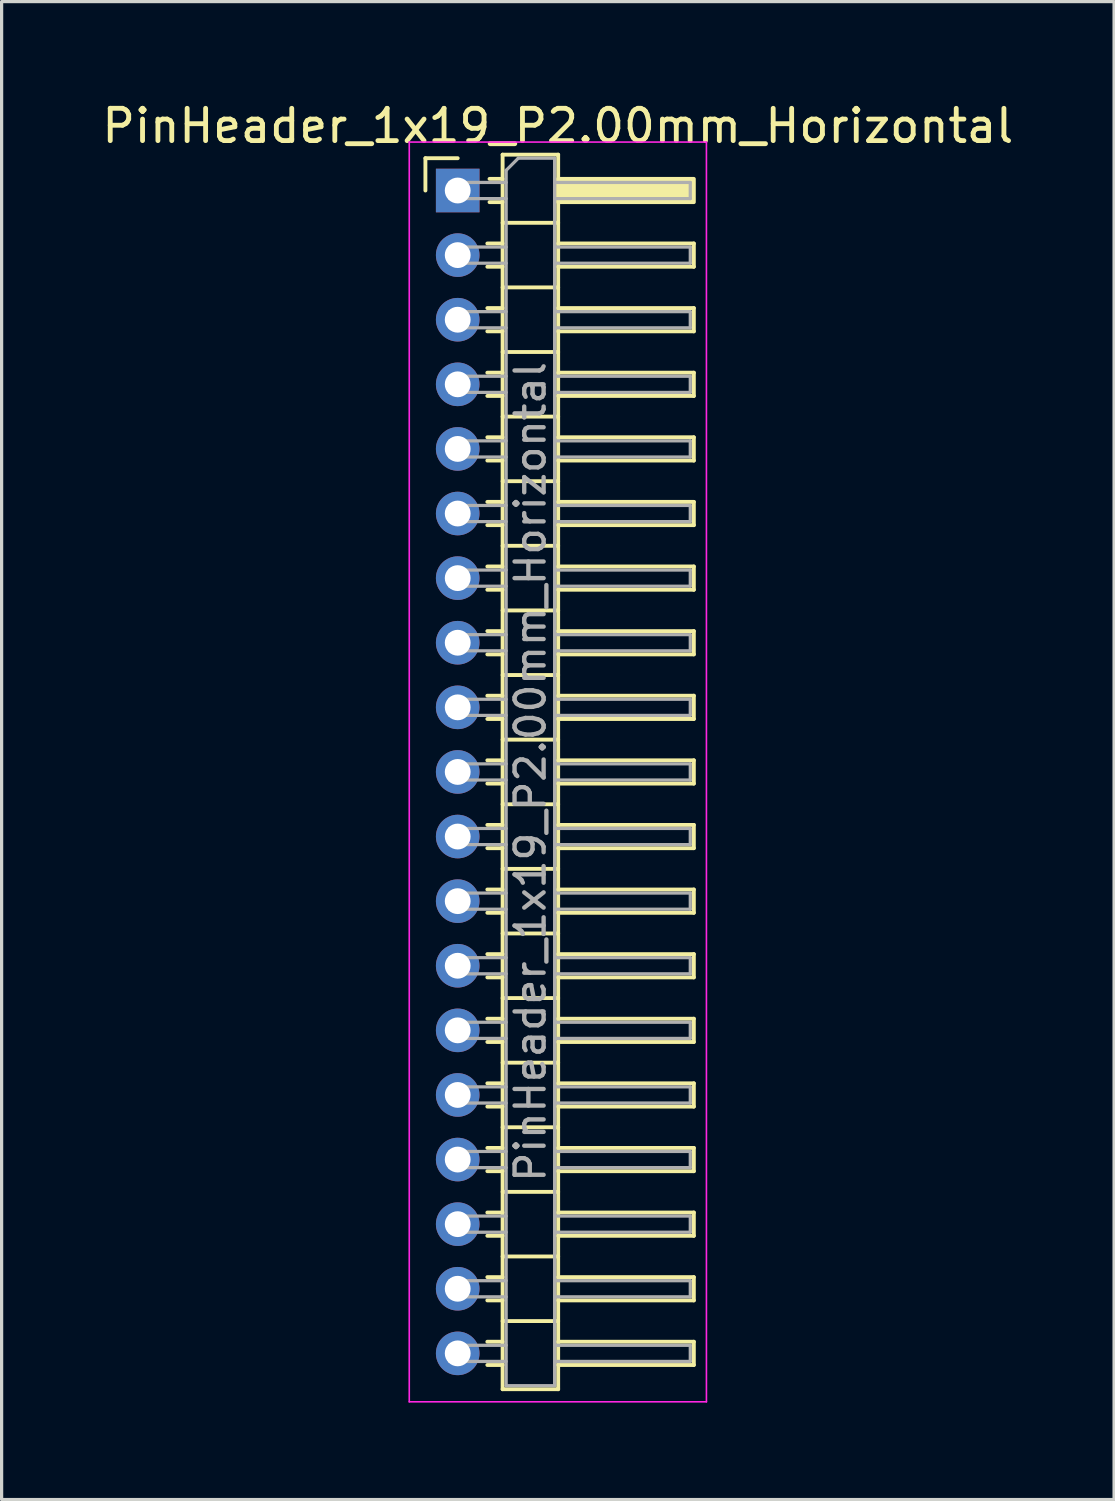
<source format=kicad_pcb>
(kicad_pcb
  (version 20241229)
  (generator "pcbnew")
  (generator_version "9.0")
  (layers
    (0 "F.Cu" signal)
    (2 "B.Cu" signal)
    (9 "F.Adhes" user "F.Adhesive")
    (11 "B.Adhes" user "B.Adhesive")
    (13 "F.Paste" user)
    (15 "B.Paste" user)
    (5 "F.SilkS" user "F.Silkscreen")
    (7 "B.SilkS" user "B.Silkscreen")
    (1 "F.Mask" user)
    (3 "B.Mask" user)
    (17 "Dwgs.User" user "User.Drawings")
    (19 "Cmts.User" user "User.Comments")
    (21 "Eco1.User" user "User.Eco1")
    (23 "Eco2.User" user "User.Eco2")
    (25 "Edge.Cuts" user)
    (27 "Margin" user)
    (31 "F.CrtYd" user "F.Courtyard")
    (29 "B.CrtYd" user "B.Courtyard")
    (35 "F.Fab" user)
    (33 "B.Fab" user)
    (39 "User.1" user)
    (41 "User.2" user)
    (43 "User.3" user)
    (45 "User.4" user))
  (footprint "PinHeader_1x19_P2.00mm_Horizontal"
    (layer "F.Cu")
    (at 11.12 2.848)
    (property "Reference" "PinHeader_1x19_P2.00mm_Horizontal" (at 3.1 -2 0) (layer "F.SilkS") (effects (font (size 1 1) (thickness 0.15))))
    (attr through_hole)
    (fp_line (start -1 -1) (end 0 -1) (stroke (width 0.12) (type solid)) (layer "F.SilkS"))
    (fp_line (start -1 0) (end -1 -1) (stroke (width 0.12) (type solid)) (layer "F.SilkS"))
    (fp_line (start 0.917 1.64) (end 1.39 1.64) (stroke (width 0.12) (type solid)) (layer "F.SilkS"))
    (fp_line (start 0.917 2.36) (end 1.39 2.36) (stroke (width 0.12) (type solid)) (layer "F.SilkS"))
    (fp_line (start 0.917 3.64) (end 1.39 3.64) (stroke (width 0.12) (type solid)) (layer "F.SilkS"))
    (fp_line (start 0.917 4.36) (end 1.39 4.36) (stroke (width 0.12) (type solid)) (layer "F.SilkS"))
    (fp_line (start 0.917 5.64) (end 1.39 5.64) (stroke (width 0.12) (type solid)) (layer "F.SilkS"))
    (fp_line (start 0.917 6.36) (end 1.39 6.36) (stroke (width 0.12) (type solid)) (layer "F.SilkS"))
    (fp_line (start 0.917 7.64) (end 1.39 7.64) (stroke (width 0.12) (type solid)) (layer "F.SilkS"))
    (fp_line (start 0.917 8.36) (end 1.39 8.36) (stroke (width 0.12) (type solid)) (layer "F.SilkS"))
    (fp_line (start 0.917 9.64) (end 1.39 9.64) (stroke (width 0.12) (type solid)) (layer "F.SilkS"))
    (fp_line (start 0.917 10.36) (end 1.39 10.36) (stroke (width 0.12) (type solid)) (layer "F.SilkS"))
    (fp_line (start 0.917 11.64) (end 1.39 11.64) (stroke (width 0.12) (type solid)) (layer "F.SilkS"))
    (fp_line (start 0.917 12.36) (end 1.39 12.36) (stroke (width 0.12) (type solid)) (layer "F.SilkS"))
    (fp_line (start 0.917 13.64) (end 1.39 13.64) (stroke (width 0.12) (type solid)) (layer "F.SilkS"))
    (fp_line (start 0.917 14.36) (end 1.39 14.36) (stroke (width 0.12) (type solid)) (layer "F.SilkS"))
    (fp_line (start 0.917 15.64) (end 1.39 15.64) (stroke (width 0.12) (type solid)) (layer "F.SilkS"))
    (fp_line (start 0.917 16.36) (end 1.39 16.36) (stroke (width 0.12) (type solid)) (layer "F.SilkS"))
    (fp_line (start 0.917 17.64) (end 1.39 17.64) (stroke (width 0.12) (type solid)) (layer "F.SilkS"))
    (fp_line (start 0.917 18.36) (end 1.39 18.36) (stroke (width 0.12) (type solid)) (layer "F.SilkS"))
    (fp_line (start 0.917 19.64) (end 1.39 19.64) (stroke (width 0.12) (type solid)) (layer "F.SilkS"))
    (fp_line (start 0.917 20.36) (end 1.39 20.36) (stroke (width 0.12) (type solid)) (layer "F.SilkS"))
    (fp_line (start 0.917 21.64) (end 1.39 21.64) (stroke (width 0.12) (type solid)) (layer "F.SilkS"))
    (fp_line (start 0.917 22.36) (end 1.39 22.36) (stroke (width 0.12) (type solid)) (layer "F.SilkS"))
    (fp_line (start 0.917 23.64) (end 1.39 23.64) (stroke (width 0.12) (type solid)) (layer "F.SilkS"))
    (fp_line (start 0.917 24.36) (end 1.39 24.36) (stroke (width 0.12) (type solid)) (layer "F.SilkS"))
    (fp_line (start 0.917 25.64) (end 1.39 25.64) (stroke (width 0.12) (type solid)) (layer "F.SilkS"))
    (fp_line (start 0.917 26.36) (end 1.39 26.36) (stroke (width 0.12) (type solid)) (layer "F.SilkS"))
    (fp_line (start 0.917 27.64) (end 1.39 27.64) (stroke (width 0.12) (type solid)) (layer "F.SilkS"))
    (fp_line (start 0.917 28.36) (end 1.39 28.36) (stroke (width 0.12) (type solid)) (layer "F.SilkS"))
    (fp_line (start 0.917 29.64) (end 1.39 29.64) (stroke (width 0.12) (type solid)) (layer "F.SilkS"))
    (fp_line (start 0.917 30.36) (end 1.39 30.36) (stroke (width 0.12) (type solid)) (layer "F.SilkS"))
    (fp_line (start 0.917 31.64) (end 1.39 31.64) (stroke (width 0.12) (type solid)) (layer "F.SilkS"))
    (fp_line (start 0.917 32.36) (end 1.39 32.36) (stroke (width 0.12) (type solid)) (layer "F.SilkS"))
    (fp_line (start 0.917 33.64) (end 1.39 33.64) (stroke (width 0.12) (type solid)) (layer "F.SilkS"))
    (fp_line (start 0.917 34.36) (end 1.39 34.36) (stroke (width 0.12) (type solid)) (layer "F.SilkS"))
    (fp_line (start 0.917 35.64) (end 1.39 35.64) (stroke (width 0.12) (type solid)) (layer "F.SilkS"))
    (fp_line (start 0.917 36.36) (end 1.39 36.36) (stroke (width 0.12) (type solid)) (layer "F.SilkS"))
    (fp_line (start 0.985 -0.36) (end 1.39 -0.36) (stroke (width 0.12) (type solid)) (layer "F.SilkS"))
    (fp_line (start 0.985 0.36) (end 1.39 0.36) (stroke (width 0.12) (type solid)) (layer "F.SilkS"))
    (fp_line (start 1.39 -1.11) (end 1.39 37.11) (stroke (width 0.12) (type solid)) (layer "F.SilkS"))
    (fp_line (start 1.39 1) (end 3.11 1) (stroke (width 0.12) (type solid)) (layer "F.SilkS"))
    (fp_line (start 1.39 3) (end 3.11 3) (stroke (width 0.12) (type solid)) (layer "F.SilkS"))
    (fp_line (start 1.39 5) (end 3.11 5) (stroke (width 0.12) (type solid)) (layer "F.SilkS"))
    (fp_line (start 1.39 7) (end 3.11 7) (stroke (width 0.12) (type solid)) (layer "F.SilkS"))
    (fp_line (start 1.39 9) (end 3.11 9) (stroke (width 0.12) (type solid)) (layer "F.SilkS"))
    (fp_line (start 1.39 11) (end 3.11 11) (stroke (width 0.12) (type solid)) (layer "F.SilkS"))
    (fp_line (start 1.39 13) (end 3.11 13) (stroke (width 0.12) (type solid)) (layer "F.SilkS"))
    (fp_line (start 1.39 15) (end 3.11 15) (stroke (width 0.12) (type solid)) (layer "F.SilkS"))
    (fp_line (start 1.39 17) (end 3.11 17) (stroke (width 0.12) (type solid)) (layer "F.SilkS"))
    (fp_line (start 1.39 19) (end 3.11 19) (stroke (width 0.12) (type solid)) (layer "F.SilkS"))
    (fp_line (start 1.39 21) (end 3.11 21) (stroke (width 0.12) (type solid)) (layer "F.SilkS"))
    (fp_line (start 1.39 23) (end 3.11 23) (stroke (width 0.12) (type solid)) (layer "F.SilkS"))
    (fp_line (start 1.39 25) (end 3.11 25) (stroke (width 0.12) (type solid)) (layer "F.SilkS"))
    (fp_line (start 1.39 27) (end 3.11 27) (stroke (width 0.12) (type solid)) (layer "F.SilkS"))
    (fp_line (start 1.39 29) (end 3.11 29) (stroke (width 0.12) (type solid)) (layer "F.SilkS"))
    (fp_line (start 1.39 31) (end 3.11 31) (stroke (width 0.12) (type solid)) (layer "F.SilkS"))
    (fp_line (start 1.39 33) (end 3.11 33) (stroke (width 0.12) (type solid)) (layer "F.SilkS"))
    (fp_line (start 1.39 35) (end 3.11 35) (stroke (width 0.12) (type solid)) (layer "F.SilkS"))
    (fp_line (start 1.39 37.11) (end 3.11 37.11) (stroke (width 0.12) (type solid)) (layer "F.SilkS"))
    (fp_line (start 3.11 -1.11) (end 1.39 -1.11) (stroke (width 0.12) (type solid)) (layer "F.SilkS"))
    (fp_line (start 3.11 1.64) (end 7.31 1.64) (stroke (width 0.12) (type solid)) (layer "F.SilkS"))
    (fp_line (start 3.11 3.64) (end 7.31 3.64) (stroke (width 0.12) (type solid)) (layer "F.SilkS"))
    (fp_line (start 3.11 5.64) (end 7.31 5.64) (stroke (width 0.12) (type solid)) (layer "F.SilkS"))
    (fp_line (start 3.11 7.64) (end 7.31 7.64) (stroke (width 0.12) (type solid)) (layer "F.SilkS"))
    (fp_line (start 3.11 9.64) (end 7.31 9.64) (stroke (width 0.12) (type solid)) (layer "F.SilkS"))
    (fp_line (start 3.11 11.64) (end 7.31 11.64) (stroke (width 0.12) (type solid)) (layer "F.SilkS"))
    (fp_line (start 3.11 13.64) (end 7.31 13.64) (stroke (width 0.12) (type solid)) (layer "F.SilkS"))
    (fp_line (start 3.11 15.64) (end 7.31 15.64) (stroke (width 0.12) (type solid)) (layer "F.SilkS"))
    (fp_line (start 3.11 17.64) (end 7.31 17.64) (stroke (width 0.12) (type solid)) (layer "F.SilkS"))
    (fp_line (start 3.11 19.64) (end 7.31 19.64) (stroke (width 0.12) (type solid)) (layer "F.SilkS"))
    (fp_line (start 3.11 21.64) (end 7.31 21.64) (stroke (width 0.12) (type solid)) (layer "F.SilkS"))
    (fp_line (start 3.11 23.64) (end 7.31 23.64) (stroke (width 0.12) (type solid)) (layer "F.SilkS"))
    (fp_line (start 3.11 25.64) (end 7.31 25.64) (stroke (width 0.12) (type solid)) (layer "F.SilkS"))
    (fp_line (start 3.11 27.64) (end 7.31 27.64) (stroke (width 0.12) (type solid)) (layer "F.SilkS"))
    (fp_line (start 3.11 29.64) (end 7.31 29.64) (stroke (width 0.12) (type solid)) (layer "F.SilkS"))
    (fp_line (start 3.11 31.64) (end 7.31 31.64) (stroke (width 0.12) (type solid)) (layer "F.SilkS"))
    (fp_line (start 3.11 33.64) (end 7.31 33.64) (stroke (width 0.12) (type solid)) (layer "F.SilkS"))
    (fp_line (start 3.11 35.64) (end 7.31 35.64) (stroke (width 0.12) (type solid)) (layer "F.SilkS"))
    (fp_line (start 3.11 37.11) (end 3.11 -1.11) (stroke (width 0.12) (type solid)) (layer "F.SilkS"))
    (fp_line (start 7.31 1.64) (end 7.31 2.36) (stroke (width 0.12) (type solid)) (layer "F.SilkS"))
    (fp_line (start 7.31 2.36) (end 3.11 2.36) (stroke (width 0.12) (type solid)) (layer "F.SilkS"))
    (fp_line (start 7.31 3.64) (end 7.31 4.36) (stroke (width 0.12) (type solid)) (layer "F.SilkS"))
    (fp_line (start 7.31 4.36) (end 3.11 4.36) (stroke (width 0.12) (type solid)) (layer "F.SilkS"))
    (fp_line (start 7.31 5.64) (end 7.31 6.36) (stroke (width 0.12) (type solid)) (layer "F.SilkS"))
    (fp_line (start 7.31 6.36) (end 3.11 6.36) (stroke (width 0.12) (type solid)) (layer "F.SilkS"))
    (fp_line (start 7.31 7.64) (end 7.31 8.36) (stroke (width 0.12) (type solid)) (layer "F.SilkS"))
    (fp_line (start 7.31 8.36) (end 3.11 8.36) (stroke (width 0.12) (type solid)) (layer "F.SilkS"))
    (fp_line (start 7.31 9.64) (end 7.31 10.36) (stroke (width 0.12) (type solid)) (layer "F.SilkS"))
    (fp_line (start 7.31 10.36) (end 3.11 10.36) (stroke (width 0.12) (type solid)) (layer "F.SilkS"))
    (fp_line (start 7.31 11.64) (end 7.31 12.36) (stroke (width 0.12) (type solid)) (layer "F.SilkS"))
    (fp_line (start 7.31 12.36) (end 3.11 12.36) (stroke (width 0.12) (type solid)) (layer "F.SilkS"))
    (fp_line (start 7.31 13.64) (end 7.31 14.36) (stroke (width 0.12) (type solid)) (layer "F.SilkS"))
    (fp_line (start 7.31 14.36) (end 3.11 14.36) (stroke (width 0.12) (type solid)) (layer "F.SilkS"))
    (fp_line (start 7.31 15.64) (end 7.31 16.36) (stroke (width 0.12) (type solid)) (layer "F.SilkS"))
    (fp_line (start 7.31 16.36) (end 3.11 16.36) (stroke (width 0.12) (type solid)) (layer "F.SilkS"))
    (fp_line (start 7.31 17.64) (end 7.31 18.36) (stroke (width 0.12) (type solid)) (layer "F.SilkS"))
    (fp_line (start 7.31 18.36) (end 3.11 18.36) (stroke (width 0.12) (type solid)) (layer "F.SilkS"))
    (fp_line (start 7.31 19.64) (end 7.31 20.36) (stroke (width 0.12) (type solid)) (layer "F.SilkS"))
    (fp_line (start 7.31 20.36) (end 3.11 20.36) (stroke (width 0.12) (type solid)) (layer "F.SilkS"))
    (fp_line (start 7.31 21.64) (end 7.31 22.36) (stroke (width 0.12) (type solid)) (layer "F.SilkS"))
    (fp_line (start 7.31 22.36) (end 3.11 22.36) (stroke (width 0.12) (type solid)) (layer "F.SilkS"))
    (fp_line (start 7.31 23.64) (end 7.31 24.36) (stroke (width 0.12) (type solid)) (layer "F.SilkS"))
    (fp_line (start 7.31 24.36) (end 3.11 24.36) (stroke (width 0.12) (type solid)) (layer "F.SilkS"))
    (fp_line (start 7.31 25.64) (end 7.31 26.36) (stroke (width 0.12) (type solid)) (layer "F.SilkS"))
    (fp_line (start 7.31 26.36) (end 3.11 26.36) (stroke (width 0.12) (type solid)) (layer "F.SilkS"))
    (fp_line (start 7.31 27.64) (end 7.31 28.36) (stroke (width 0.12) (type solid)) (layer "F.SilkS"))
    (fp_line (start 7.31 28.36) (end 3.11 28.36) (stroke (width 0.12) (type solid)) (layer "F.SilkS"))
    (fp_line (start 7.31 29.64) (end 7.31 30.36) (stroke (width 0.12) (type solid)) (layer "F.SilkS"))
    (fp_line (start 7.31 30.36) (end 3.11 30.36) (stroke (width 0.12) (type solid)) (layer "F.SilkS"))
    (fp_line (start 7.31 31.64) (end 7.31 32.36) (stroke (width 0.12) (type solid)) (layer "F.SilkS"))
    (fp_line (start 7.31 32.36) (end 3.11 32.36) (stroke (width 0.12) (type solid)) (layer "F.SilkS"))
    (fp_line (start 7.31 33.64) (end 7.31 34.36) (stroke (width 0.12) (type solid)) (layer "F.SilkS"))
    (fp_line (start 7.31 34.36) (end 3.11 34.36) (stroke (width 0.12) (type solid)) (layer "F.SilkS"))
    (fp_line (start 7.31 35.64) (end 7.31 36.36) (stroke (width 0.12) (type solid)) (layer "F.SilkS"))
    (fp_line (start 7.31 36.36) (end 3.11 36.36) (stroke (width 0.12) (type solid)) (layer "F.SilkS"))
    (fp_rect (start 3.11 -0.36) (end 7.31 0.36) (stroke (width 0.12) (type solid)) (fill yes) (layer "F.SilkS"))
    (fp_line (start -1.5 -1.5) (end -1.5 37.5) (stroke (width 0.05) (type solid)) (layer "F.CrtYd"))
    (fp_line (start -1.5 37.5) (end 7.7 37.5) (stroke (width 0.05) (type solid)) (layer "F.CrtYd"))
    (fp_line (start 7.7 -1.5) (end -1.5 -1.5) (stroke (width 0.05) (type solid)) (layer "F.CrtYd"))
    (fp_line (start 7.7 37.5) (end 7.7 -1.5) (stroke (width 0.05) (type solid)) (layer "F.CrtYd"))
    (fp_line (start -0.25 -0.25) (end -0.25 0.25) (stroke (width 0.1) (type solid)) (layer "F.Fab"))
    (fp_line (start -0.25 -0.25) (end 1.5 -0.25) (stroke (width 0.1) (type solid)) (layer "F.Fab"))
    (fp_line (start -0.25 0.25) (end 1.5 0.25) (stroke (width 0.1) (type solid)) (layer "F.Fab"))
    (fp_line (start -0.25 1.75) (end -0.25 2.25) (stroke (width 0.1) (type solid)) (layer "F.Fab"))
    (fp_line (start -0.25 1.75) (end 1.5 1.75) (stroke (width 0.1) (type solid)) (layer "F.Fab"))
    (fp_line (start -0.25 2.25) (end 1.5 2.25) (stroke (width 0.1) (type solid)) (layer "F.Fab"))
    (fp_line (start -0.25 3.75) (end -0.25 4.25) (stroke (width 0.1) (type solid)) (layer "F.Fab"))
    (fp_line (start -0.25 3.75) (end 1.5 3.75) (stroke (width 0.1) (type solid)) (layer "F.Fab"))
    (fp_line (start -0.25 4.25) (end 1.5 4.25) (stroke (width 0.1) (type solid)) (layer "F.Fab"))
    (fp_line (start -0.25 5.75) (end -0.25 6.25) (stroke (width 0.1) (type solid)) (layer "F.Fab"))
    (fp_line (start -0.25 5.75) (end 1.5 5.75) (stroke (width 0.1) (type solid)) (layer "F.Fab"))
    (fp_line (start -0.25 6.25) (end 1.5 6.25) (stroke (width 0.1) (type solid)) (layer "F.Fab"))
    (fp_line (start -0.25 7.75) (end -0.25 8.25) (stroke (width 0.1) (type solid)) (layer "F.Fab"))
    (fp_line (start -0.25 7.75) (end 1.5 7.75) (stroke (width 0.1) (type solid)) (layer "F.Fab"))
    (fp_line (start -0.25 8.25) (end 1.5 8.25) (stroke (width 0.1) (type solid)) (layer "F.Fab"))
    (fp_line (start -0.25 9.75) (end -0.25 10.25) (stroke (width 0.1) (type solid)) (layer "F.Fab"))
    (fp_line (start -0.25 9.75) (end 1.5 9.75) (stroke (width 0.1) (type solid)) (layer "F.Fab"))
    (fp_line (start -0.25 10.25) (end 1.5 10.25) (stroke (width 0.1) (type solid)) (layer "F.Fab"))
    (fp_line (start -0.25 11.75) (end -0.25 12.25) (stroke (width 0.1) (type solid)) (layer "F.Fab"))
    (fp_line (start -0.25 11.75) (end 1.5 11.75) (stroke (width 0.1) (type solid)) (layer "F.Fab"))
    (fp_line (start -0.25 12.25) (end 1.5 12.25) (stroke (width 0.1) (type solid)) (layer "F.Fab"))
    (fp_line (start -0.25 13.75) (end -0.25 14.25) (stroke (width 0.1) (type solid)) (layer "F.Fab"))
    (fp_line (start -0.25 13.75) (end 1.5 13.75) (stroke (width 0.1) (type solid)) (layer "F.Fab"))
    (fp_line (start -0.25 14.25) (end 1.5 14.25) (stroke (width 0.1) (type solid)) (layer "F.Fab"))
    (fp_line (start -0.25 15.75) (end -0.25 16.25) (stroke (width 0.1) (type solid)) (layer "F.Fab"))
    (fp_line (start -0.25 15.75) (end 1.5 15.75) (stroke (width 0.1) (type solid)) (layer "F.Fab"))
    (fp_line (start -0.25 16.25) (end 1.5 16.25) (stroke (width 0.1) (type solid)) (layer "F.Fab"))
    (fp_line (start -0.25 17.75) (end -0.25 18.25) (stroke (width 0.1) (type solid)) (layer "F.Fab"))
    (fp_line (start -0.25 17.75) (end 1.5 17.75) (stroke (width 0.1) (type solid)) (layer "F.Fab"))
    (fp_line (start -0.25 18.25) (end 1.5 18.25) (stroke (width 0.1) (type solid)) (layer "F.Fab"))
    (fp_line (start -0.25 19.75) (end -0.25 20.25) (stroke (width 0.1) (type solid)) (layer "F.Fab"))
    (fp_line (start -0.25 19.75) (end 1.5 19.75) (stroke (width 0.1) (type solid)) (layer "F.Fab"))
    (fp_line (start -0.25 20.25) (end 1.5 20.25) (stroke (width 0.1) (type solid)) (layer "F.Fab"))
    (fp_line (start -0.25 21.75) (end -0.25 22.25) (stroke (width 0.1) (type solid)) (layer "F.Fab"))
    (fp_line (start -0.25 21.75) (end 1.5 21.75) (stroke (width 0.1) (type solid)) (layer "F.Fab"))
    (fp_line (start -0.25 22.25) (end 1.5 22.25) (stroke (width 0.1) (type solid)) (layer "F.Fab"))
    (fp_line (start -0.25 23.75) (end -0.25 24.25) (stroke (width 0.1) (type solid)) (layer "F.Fab"))
    (fp_line (start -0.25 23.75) (end 1.5 23.75) (stroke (width 0.1) (type solid)) (layer "F.Fab"))
    (fp_line (start -0.25 24.25) (end 1.5 24.25) (stroke (width 0.1) (type solid)) (layer "F.Fab"))
    (fp_line (start -0.25 25.75) (end -0.25 26.25) (stroke (width 0.1) (type solid)) (layer "F.Fab"))
    (fp_line (start -0.25 25.75) (end 1.5 25.75) (stroke (width 0.1) (type solid)) (layer "F.Fab"))
    (fp_line (start -0.25 26.25) (end 1.5 26.25) (stroke (width 0.1) (type solid)) (layer "F.Fab"))
    (fp_line (start -0.25 27.75) (end -0.25 28.25) (stroke (width 0.1) (type solid)) (layer "F.Fab"))
    (fp_line (start -0.25 27.75) (end 1.5 27.75) (stroke (width 0.1) (type solid)) (layer "F.Fab"))
    (fp_line (start -0.25 28.25) (end 1.5 28.25) (stroke (width 0.1) (type solid)) (layer "F.Fab"))
    (fp_line (start -0.25 29.75) (end -0.25 30.25) (stroke (width 0.1) (type solid)) (layer "F.Fab"))
    (fp_line (start -0.25 29.75) (end 1.5 29.75) (stroke (width 0.1) (type solid)) (layer "F.Fab"))
    (fp_line (start -0.25 30.25) (end 1.5 30.25) (stroke (width 0.1) (type solid)) (layer "F.Fab"))
    (fp_line (start -0.25 31.75) (end -0.25 32.25) (stroke (width 0.1) (type solid)) (layer "F.Fab"))
    (fp_line (start -0.25 31.75) (end 1.5 31.75) (stroke (width 0.1) (type solid)) (layer "F.Fab"))
    (fp_line (start -0.25 32.25) (end 1.5 32.25) (stroke (width 0.1) (type solid)) (layer "F.Fab"))
    (fp_line (start -0.25 33.75) (end -0.25 34.25) (stroke (width 0.1) (type solid)) (layer "F.Fab"))
    (fp_line (start -0.25 33.75) (end 1.5 33.75) (stroke (width 0.1) (type solid)) (layer "F.Fab"))
    (fp_line (start -0.25 34.25) (end 1.5 34.25) (stroke (width 0.1) (type solid)) (layer "F.Fab"))
    (fp_line (start -0.25 35.75) (end -0.25 36.25) (stroke (width 0.1) (type solid)) (layer "F.Fab"))
    (fp_line (start -0.25 35.75) (end 1.5 35.75) (stroke (width 0.1) (type solid)) (layer "F.Fab"))
    (fp_line (start -0.25 36.25) (end 1.5 36.25) (stroke (width 0.1) (type solid)) (layer "F.Fab"))
    (fp_line (start 1.5 -0.625) (end 1.875 -1) (stroke (width 0.1) (type solid)) (layer "F.Fab"))
    (fp_line (start 1.5 37) (end 1.5 -0.625) (stroke (width 0.1) (type solid)) (layer "F.Fab"))
    (fp_line (start 1.875 -1) (end 3 -1) (stroke (width 0.1) (type solid)) (layer "F.Fab"))
    (fp_line (start 3 -1) (end 3 37) (stroke (width 0.1) (type solid)) (layer "F.Fab"))
    (fp_line (start 3 -0.25) (end 7.2 -0.25) (stroke (width 0.1) (type solid)) (layer "F.Fab"))
    (fp_line (start 3 0.25) (end 7.2 0.25) (stroke (width 0.1) (type solid)) (layer "F.Fab"))
    (fp_line (start 3 1.75) (end 7.2 1.75) (stroke (width 0.1) (type solid)) (layer "F.Fab"))
    (fp_line (start 3 2.25) (end 7.2 2.25) (stroke (width 0.1) (type solid)) (layer "F.Fab"))
    (fp_line (start 3 3.75) (end 7.2 3.75) (stroke (width 0.1) (type solid)) (layer "F.Fab"))
    (fp_line (start 3 4.25) (end 7.2 4.25) (stroke (width 0.1) (type solid)) (layer "F.Fab"))
    (fp_line (start 3 5.75) (end 7.2 5.75) (stroke (width 0.1) (type solid)) (layer "F.Fab"))
    (fp_line (start 3 6.25) (end 7.2 6.25) (stroke (width 0.1) (type solid)) (layer "F.Fab"))
    (fp_line (start 3 7.75) (end 7.2 7.75) (stroke (width 0.1) (type solid)) (layer "F.Fab"))
    (fp_line (start 3 8.25) (end 7.2 8.25) (stroke (width 0.1) (type solid)) (layer "F.Fab"))
    (fp_line (start 3 9.75) (end 7.2 9.75) (stroke (width 0.1) (type solid)) (layer "F.Fab"))
    (fp_line (start 3 10.25) (end 7.2 10.25) (stroke (width 0.1) (type solid)) (layer "F.Fab"))
    (fp_line (start 3 11.75) (end 7.2 11.75) (stroke (width 0.1) (type solid)) (layer "F.Fab"))
    (fp_line (start 3 12.25) (end 7.2 12.25) (stroke (width 0.1) (type solid)) (layer "F.Fab"))
    (fp_line (start 3 13.75) (end 7.2 13.75) (stroke (width 0.1) (type solid)) (layer "F.Fab"))
    (fp_line (start 3 14.25) (end 7.2 14.25) (stroke (width 0.1) (type solid)) (layer "F.Fab"))
    (fp_line (start 3 15.75) (end 7.2 15.75) (stroke (width 0.1) (type solid)) (layer "F.Fab"))
    (fp_line (start 3 16.25) (end 7.2 16.25) (stroke (width 0.1) (type solid)) (layer "F.Fab"))
    (fp_line (start 3 17.75) (end 7.2 17.75) (stroke (width 0.1) (type solid)) (layer "F.Fab"))
    (fp_line (start 3 18.25) (end 7.2 18.25) (stroke (width 0.1) (type solid)) (layer "F.Fab"))
    (fp_line (start 3 19.75) (end 7.2 19.75) (stroke (width 0.1) (type solid)) (layer "F.Fab"))
    (fp_line (start 3 20.25) (end 7.2 20.25) (stroke (width 0.1) (type solid)) (layer "F.Fab"))
    (fp_line (start 3 21.75) (end 7.2 21.75) (stroke (width 0.1) (type solid)) (layer "F.Fab"))
    (fp_line (start 3 22.25) (end 7.2 22.25) (stroke (width 0.1) (type solid)) (layer "F.Fab"))
    (fp_line (start 3 23.75) (end 7.2 23.75) (stroke (width 0.1) (type solid)) (layer "F.Fab"))
    (fp_line (start 3 24.25) (end 7.2 24.25) (stroke (width 0.1) (type solid)) (layer "F.Fab"))
    (fp_line (start 3 25.75) (end 7.2 25.75) (stroke (width 0.1) (type solid)) (layer "F.Fab"))
    (fp_line (start 3 26.25) (end 7.2 26.25) (stroke (width 0.1) (type solid)) (layer "F.Fab"))
    (fp_line (start 3 27.75) (end 7.2 27.75) (stroke (width 0.1) (type solid)) (layer "F.Fab"))
    (fp_line (start 3 28.25) (end 7.2 28.25) (stroke (width 0.1) (type solid)) (layer "F.Fab"))
    (fp_line (start 3 29.75) (end 7.2 29.75) (stroke (width 0.1) (type solid)) (layer "F.Fab"))
    (fp_line (start 3 30.25) (end 7.2 30.25) (stroke (width 0.1) (type solid)) (layer "F.Fab"))
    (fp_line (start 3 31.75) (end 7.2 31.75) (stroke (width 0.1) (type solid)) (layer "F.Fab"))
    (fp_line (start 3 32.25) (end 7.2 32.25) (stroke (width 0.1) (type solid)) (layer "F.Fab"))
    (fp_line (start 3 33.75) (end 7.2 33.75) (stroke (width 0.1) (type solid)) (layer "F.Fab"))
    (fp_line (start 3 34.25) (end 7.2 34.25) (stroke (width 0.1) (type solid)) (layer "F.Fab"))
    (fp_line (start 3 35.75) (end 7.2 35.75) (stroke (width 0.1) (type solid)) (layer "F.Fab"))
    (fp_line (start 3 36.25) (end 7.2 36.25) (stroke (width 0.1) (type solid)) (layer "F.Fab"))
    (fp_line (start 3 37) (end 1.5 37) (stroke (width 0.1) (type solid)) (layer "F.Fab"))
    (fp_line (start 7.2 -0.25) (end 7.2 0.25) (stroke (width 0.1) (type solid)) (layer "F.Fab"))
    (fp_line (start 7.2 1.75) (end 7.2 2.25) (stroke (width 0.1) (type solid)) (layer "F.Fab"))
    (fp_line (start 7.2 3.75) (end 7.2 4.25) (stroke (width 0.1) (type solid)) (layer "F.Fab"))
    (fp_line (start 7.2 5.75) (end 7.2 6.25) (stroke (width 0.1) (type solid)) (layer "F.Fab"))
    (fp_line (start 7.2 7.75) (end 7.2 8.25) (stroke (width 0.1) (type solid)) (layer "F.Fab"))
    (fp_line (start 7.2 9.75) (end 7.2 10.25) (stroke (width 0.1) (type solid)) (layer "F.Fab"))
    (fp_line (start 7.2 11.75) (end 7.2 12.25) (stroke (width 0.1) (type solid)) (layer "F.Fab"))
    (fp_line (start 7.2 13.75) (end 7.2 14.25) (stroke (width 0.1) (type solid)) (layer "F.Fab"))
    (fp_line (start 7.2 15.75) (end 7.2 16.25) (stroke (width 0.1) (type solid)) (layer "F.Fab"))
    (fp_line (start 7.2 17.75) (end 7.2 18.25) (stroke (width 0.1) (type solid)) (layer "F.Fab"))
    (fp_line (start 7.2 19.75) (end 7.2 20.25) (stroke (width 0.1) (type solid)) (layer "F.Fab"))
    (fp_line (start 7.2 21.75) (end 7.2 22.25) (stroke (width 0.1) (type solid)) (layer "F.Fab"))
    (fp_line (start 7.2 23.75) (end 7.2 24.25) (stroke (width 0.1) (type solid)) (layer "F.Fab"))
    (fp_line (start 7.2 25.75) (end 7.2 26.25) (stroke (width 0.1) (type solid)) (layer "F.Fab"))
    (fp_line (start 7.2 27.75) (end 7.2 28.25) (stroke (width 0.1) (type solid)) (layer "F.Fab"))
    (fp_line (start 7.2 29.75) (end 7.2 30.25) (stroke (width 0.1) (type solid)) (layer "F.Fab"))
    (fp_line (start 7.2 31.75) (end 7.2 32.25) (stroke (width 0.1) (type solid)) (layer "F.Fab"))
    (fp_line (start 7.2 33.75) (end 7.2 34.25) (stroke (width 0.1) (type solid)) (layer "F.Fab"))
    (fp_line (start 7.2 35.75) (end 7.2 36.25) (stroke (width 0.1) (type solid)) (layer "F.Fab"))
    (fp_text user "${REFERENCE}" (at 2.25 18 90) (layer "F.Fab") (effects (font (size 0.9 0.9) (thickness 0.135))))
    (pad "1" thru_hole rect (at 0 0) (size 1.35 1.35) (drill 0.8) (layers "*.Cu" "*.Mask"))
    (pad "2" thru_hole circle (at 0 2) (size 1.35 1.35) (drill 0.8) (layers "*.Cu" "*.Mask"))
    (pad "3" thru_hole circle (at 0 4) (size 1.35 1.35) (drill 0.8) (layers "*.Cu" "*.Mask"))
    (pad "4" thru_hole circle (at 0 6) (size 1.35 1.35) (drill 0.8) (layers "*.Cu" "*.Mask"))
    (pad "5" thru_hole circle (at 0 8) (size 1.35 1.35) (drill 0.8) (layers "*.Cu" "*.Mask"))
    (pad "6" thru_hole circle (at 0 10) (size 1.35 1.35) (drill 0.8) (layers "*.Cu" "*.Mask"))
    (pad "7" thru_hole circle (at 0 12) (size 1.35 1.35) (drill 0.8) (layers "*.Cu" "*.Mask"))
    (pad "8" thru_hole circle (at 0 14) (size 1.35 1.35) (drill 0.8) (layers "*.Cu" "*.Mask"))
    (pad "9" thru_hole circle (at 0 16) (size 1.35 1.35) (drill 0.8) (layers "*.Cu" "*.Mask"))
    (pad "10" thru_hole circle (at 0 18) (size 1.35 1.35) (drill 0.8) (layers "*.Cu" "*.Mask"))
    (pad "11" thru_hole circle (at 0 20) (size 1.35 1.35) (drill 0.8) (layers "*.Cu" "*.Mask"))
    (pad "12" thru_hole circle (at 0 22) (size 1.35 1.35) (drill 0.8) (layers "*.Cu" "*.Mask"))
    (pad "13" thru_hole circle (at 0 24) (size 1.35 1.35) (drill 0.8) (layers "*.Cu" "*.Mask"))
    (pad "14" thru_hole circle (at 0 26) (size 1.35 1.35) (drill 0.8) (layers "*.Cu" "*.Mask"))
    (pad "15" thru_hole circle (at 0 28) (size 1.35 1.35) (drill 0.8) (layers "*.Cu" "*.Mask"))
    (pad "16" thru_hole circle (at 0 30) (size 1.35 1.35) (drill 0.8) (layers "*.Cu" "*.Mask"))
    (pad "17" thru_hole circle (at 0 32) (size 1.35 1.35) (drill 0.8) (layers "*.Cu" "*.Mask"))
    (pad "18" thru_hole circle (at 0 34) (size 1.35 1.35) (drill 0.8) (layers "*.Cu" "*.Mask"))
    (pad "19" thru_hole circle (at 0 36) (size 1.35 1.35) (drill 0.8) (layers "*.Cu" "*.Mask")))
  (gr_rect
    (start -3 -3)
    (end 31.44 43.373)
    (stroke (width 0.1) (type default))
    (fill no)
    (layer "Edge.Cuts")))
</source>
